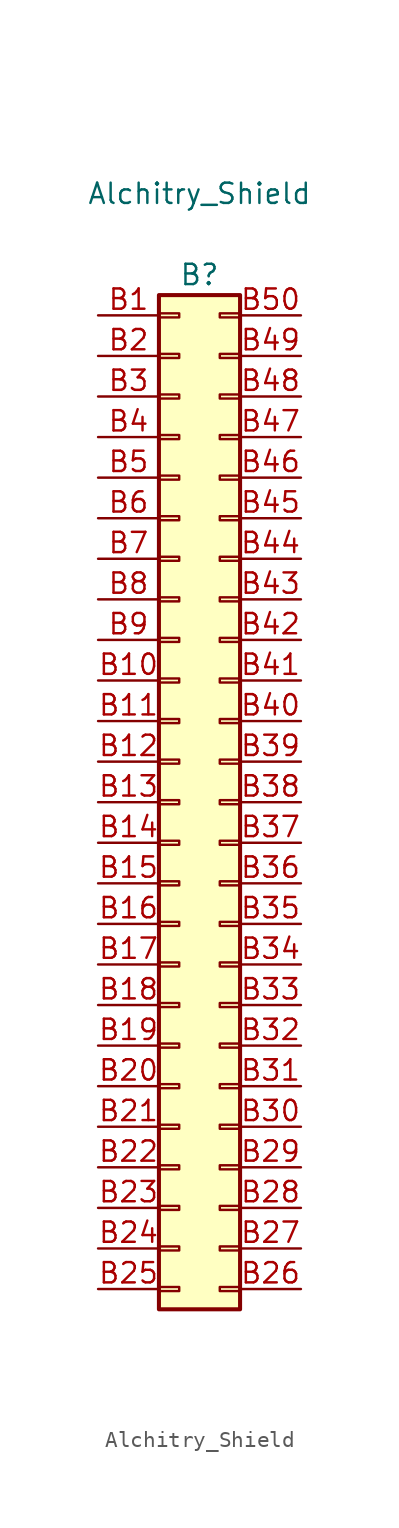
<source format=kicad_sym>
(kicad_symbol_lib
  (version 20211014)
  (generator kicad_symbol_editor)
  (symbol "Alchitry_Shield"
    (pin_names
      (offset 1.016) hide)
    (property "Reference" "B"
      (at 0 26.67 0)
      (effects (font (size 1.27 1.27))))
    (property "Value" "Alchitry_Shield"
      (at 0 31.75 0)
      (effects (font (size 1.27 1.27))))
    (symbol "Alchitry_Shield_0_1"
      (rectangle (start -2.54 -36.703) (end -1.27 -36.957) (stroke (width 0.152) (type default) (color 0 0 0 0)) (fill (type none)))
      (rectangle (start -2.54 -34.163) (end -1.27 -34.417) (stroke (width 0.152) (type default) (color 0 0 0 0)) (fill (type none)))
      (rectangle (start -2.54 -31.623) (end -1.27 -31.877) (stroke (width 0.152) (type default) (color 0 0 0 0)) (fill (type none)))
      (rectangle (start -2.54 -29.083) (end -1.27 -29.337) (stroke (width 0.152) (type default) (color 0 0 0 0)) (fill (type none)))
      (rectangle (start -2.54 -26.543) (end -1.27 -26.797) (stroke (width 0.152) (type default) (color 0 0 0 0)) (fill (type none)))
      (rectangle (start -2.54 -24.003) (end -1.27 -24.257) (stroke (width 0.152) (type default) (color 0 0 0 0)) (fill (type none)))
      (rectangle (start -2.54 -21.463) (end -1.27 -21.717) (stroke (width 0.152) (type default) (color 0 0 0 0)) (fill (type none)))
      (rectangle (start -2.54 -18.923) (end -1.27 -19.177) (stroke (width 0.152) (type default) (color 0 0 0 0)) (fill (type none)))
      (rectangle (start -2.54 -16.383) (end -1.27 -16.637) (stroke (width 0.152) (type default) (color 0 0 0 0)) (fill (type none)))
      (rectangle (start -2.54 -13.843) (end -1.27 -14.097) (stroke (width 0.152) (type default) (color 0 0 0 0)) (fill (type none)))
      (rectangle (start -2.54 -11.303) (end -1.27 -11.557) (stroke (width 0.152) (type default) (color 0 0 0 0)) (fill (type none)))
      (rectangle (start -2.54 -8.763) (end -1.27 -9.017) (stroke (width 0.152) (type default) (color 0 0 0 0)) (fill (type none)))
      (rectangle (start -2.54 -6.223) (end -1.27 -6.477) (stroke (width 0.152) (type default) (color 0 0 0 0)) (fill (type none)))
      (rectangle (start -2.54 -3.683) (end -1.27 -3.937) (stroke (width 0.152) (type default) (color 0 0 0 0)) (fill (type none)))
      (rectangle (start -2.54 -1.143) (end -1.27 -1.397) (stroke (width 0.152) (type default) (color 0 0 0 0)) (fill (type none)))
      (rectangle (start -2.54 1.397) (end -1.27 1.143) (stroke (width 0.152) (type default) (color 0 0 0 0)) (fill (type none)))
      (rectangle (start -2.54 3.937) (end -1.27 3.683) (stroke (width 0.152) (type default) (color 0 0 0 0)) (fill (type none)))
      (rectangle (start -2.54 6.477) (end -1.27 6.223) (stroke (width 0.152) (type default) (color 0 0 0 0)) (fill (type none)))
      (rectangle (start -2.54 9.017) (end -1.27 8.763) (stroke (width 0.152) (type default) (color 0 0 0 0)) (fill (type none)))
      (rectangle (start -2.54 11.557) (end -1.27 11.303) (stroke (width 0.152) (type default) (color 0 0 0 0)) (fill (type none)))
      (rectangle (start -2.54 14.097) (end -1.27 13.843) (stroke (width 0.152) (type default) (color 0 0 0 0)) (fill (type none)))
      (rectangle (start -2.54 16.637) (end -1.27 16.383) (stroke (width 0.152) (type default) (color 0 0 0 0)) (fill (type none)))
      (rectangle (start -2.54 19.177) (end -1.27 18.923) (stroke (width 0.152) (type default) (color 0 0 0 0)) (fill (type none)))
      (rectangle (start -2.54 21.717) (end -1.27 21.463) (stroke (width 0.152) (type default) (color 0 0 0 0)) (fill (type none)))
      (rectangle (start -2.54 24.257) (end -1.27 24.003) (stroke (width 0.152) (type default) (color 0 0 0 0)) (fill (type none)))
      (rectangle (start -2.54 25.4) (end 2.54 -38.1) (stroke (width 0.254) (type default) (color 0 0 0 0)) (fill (type background)))
      (rectangle (start 2.54 -36.703) (end 1.27 -36.957) (stroke (width 0.152) (type default) (color 0 0 0 0)) (fill (type none)))
      (rectangle (start 2.54 -34.163) (end 1.27 -34.417) (stroke (width 0.152) (type default) (color 0 0 0 0)) (fill (type none)))
      (rectangle (start 2.54 -31.623) (end 1.27 -31.877) (stroke (width 0.152) (type default) (color 0 0 0 0)) (fill (type none)))
      (rectangle (start 2.54 -29.083) (end 1.27 -29.337) (stroke (width 0.152) (type default) (color 0 0 0 0)) (fill (type none)))
      (rectangle (start 2.54 -26.543) (end 1.27 -26.797) (stroke (width 0.152) (type default) (color 0 0 0 0)) (fill (type none)))
      (rectangle (start 2.54 -24.003) (end 1.27 -24.257) (stroke (width 0.152) (type default) (color 0 0 0 0)) (fill (type none)))
      (rectangle (start 2.54 -21.463) (end 1.27 -21.717) (stroke (width 0.152) (type default) (color 0 0 0 0)) (fill (type none)))
      (rectangle (start 2.54 -18.923) (end 1.27 -19.177) (stroke (width 0.152) (type default) (color 0 0 0 0)) (fill (type none)))
      (rectangle (start 2.54 -16.383) (end 1.27 -16.637) (stroke (width 0.152) (type default) (color 0 0 0 0)) (fill (type none)))
      (rectangle (start 2.54 -13.843) (end 1.27 -14.097) (stroke (width 0.152) (type default) (color 0 0 0 0)) (fill (type none)))
      (rectangle (start 2.54 -11.303) (end 1.27 -11.557) (stroke (width 0.152) (type default) (color 0 0 0 0)) (fill (type none)))
      (rectangle (start 2.54 -8.763) (end 1.27 -9.017) (stroke (width 0.152) (type default) (color 0 0 0 0)) (fill (type none)))
      (rectangle (start 2.54 -6.223) (end 1.27 -6.477) (stroke (width 0.152) (type default) (color 0 0 0 0)) (fill (type none)))
      (rectangle (start 2.54 -3.683) (end 1.27 -3.937) (stroke (width 0.152) (type default) (color 0 0 0 0)) (fill (type none)))
      (rectangle (start 2.54 -1.143) (end 1.27 -1.397) (stroke (width 0.152) (type default) (color 0 0 0 0)) (fill (type none)))
      (rectangle (start 2.54 1.397) (end 1.27 1.143) (stroke (width 0.152) (type default) (color 0 0 0 0)) (fill (type none)))
      (rectangle (start 2.54 3.937) (end 1.27 3.683) (stroke (width 0.152) (type default) (color 0 0 0 0)) (fill (type none)))
      (rectangle (start 2.54 6.477) (end 1.27 6.223) (stroke (width 0.152) (type default) (color 0 0 0 0)) (fill (type none)))
      (rectangle (start 2.54 9.017) (end 1.27 8.763) (stroke (width 0.152) (type default) (color 0 0 0 0)) (fill (type none)))
      (rectangle (start 2.54 11.557) (end 1.27 11.303) (stroke (width 0.152) (type default) (color 0 0 0 0)) (fill (type none)))
      (rectangle (start 2.54 14.097) (end 1.27 13.843) (stroke (width 0.152) (type default) (color 0 0 0 0)) (fill (type none)))
      (rectangle (start 2.54 16.637) (end 1.27 16.383) (stroke (width 0.152) (type default) (color 0 0 0 0)) (fill (type none)))
      (rectangle (start 2.54 19.177) (end 1.27 18.923) (stroke (width 0.152) (type default) (color 0 0 0 0)) (fill (type none)))
      (rectangle (start 2.54 21.717) (end 1.27 21.463) (stroke (width 0.152) (type default) (color 0 0 0 0)) (fill (type none)))
      (rectangle (start 2.54 24.257) (end 1.27 24.003) (stroke (width 0.152) (type default) (color 0 0 0 0)) (fill (type none))))
    (symbol "Alchitry_Shield_1_1"
      (pin passive line (at -6.35 24.13 0) (length 3.81) (name "Pin_1" (effects (font (size 1.27 1.27)))) (number "B1" (effects (font (size 1.27 1.27)))))
      (pin passive line (at -6.35 1.27 0) (length 3.81) (name "Pin_10" (effects (font (size 1.27 1.27)))) (number "B10" (effects (font (size 1.27 1.27)))))
      (pin passive line (at -6.35 -1.27 0) (length 3.81) (name "Pin_11" (effects (font (size 1.27 1.27)))) (number "B11" (effects (font (size 1.27 1.27)))))
      (pin passive line (at -6.35 -3.81 0) (length 3.81) (name "Pin_12" (effects (font (size 1.27 1.27)))) (number "B12" (effects (font (size 1.27 1.27)))))
      (pin passive line (at -6.35 -6.35 0) (length 3.81) (name "Pin_13" (effects (font (size 1.27 1.27)))) (number "B13" (effects (font (size 1.27 1.27)))))
      (pin passive line (at -6.35 -8.89 0) (length 3.81) (name "Pin_14" (effects (font (size 1.27 1.27)))) (number "B14" (effects (font (size 1.27 1.27)))))
      (pin passive line (at -6.35 -11.43 0) (length 3.81) (name "Pin_15" (effects (font (size 1.27 1.27)))) (number "B15" (effects (font (size 1.27 1.27)))))
      (pin passive line (at -6.35 -13.97 0) (length 3.81) (name "Pin_16" (effects (font (size 1.27 1.27)))) (number "B16" (effects (font (size 1.27 1.27)))))
      (pin passive line (at -6.35 -16.51 0) (length 3.81) (name "Pin_17" (effects (font (size 1.27 1.27)))) (number "B17" (effects (font (size 1.27 1.27)))))
      (pin passive line (at -6.35 -19.05 0) (length 3.81) (name "Pin_18" (effects (font (size 1.27 1.27)))) (number "B18" (effects (font (size 1.27 1.27)))))
      (pin passive line (at -6.35 -21.59 0) (length 3.81) (name "Pin_19" (effects (font (size 1.27 1.27)))) (number "B19" (effects (font (size 1.27 1.27)))))
      (pin passive line (at -6.35 21.59 0) (length 3.81) (name "Pin_2" (effects (font (size 1.27 1.27)))) (number "B2" (effects (font (size 1.27 1.27)))))
      (pin passive line (at -6.35 -24.13 0) (length 3.81) (name "Pin_20" (effects (font (size 1.27 1.27)))) (number "B20" (effects (font (size 1.27 1.27)))))
      (pin passive line (at -6.35 -26.67 0) (length 3.81) (name "Pin_21" (effects (font (size 1.27 1.27)))) (number "B21" (effects (font (size 1.27 1.27)))))
      (pin passive line (at -6.35 -29.21 0) (length 3.81) (name "Pin_22" (effects (font (size 1.27 1.27)))) (number "B22" (effects (font (size 1.27 1.27)))))
      (pin passive line (at -6.35 -31.75 0) (length 3.81) (name "Pin_23" (effects (font (size 1.27 1.27)))) (number "B23" (effects (font (size 1.27 1.27)))))
      (pin passive line (at -6.35 -34.29 0) (length 3.81) (name "Pin_24" (effects (font (size 1.27 1.27)))) (number "B24" (effects (font (size 1.27 1.27)))))
      (pin passive line (at -6.35 -36.83 0) (length 3.81) (name "Pin_25" (effects (font (size 1.27 1.27)))) (number "B25" (effects (font (size 1.27 1.27)))))
      (pin passive line (at 6.35 -36.83 180) (length 3.81) (name "Pin_26" (effects (font (size 1.27 1.27)))) (number "B26" (effects (font (size 1.27 1.27)))))
      (pin passive line (at 6.35 -34.29 180) (length 3.81) (name "Pin_27" (effects (font (size 1.27 1.27)))) (number "B27" (effects (font (size 1.27 1.27)))))
      (pin passive line (at 6.35 -31.75 180) (length 3.81) (name "Pin_28" (effects (font (size 1.27 1.27)))) (number "B28" (effects (font (size 1.27 1.27)))))
      (pin passive line (at 6.35 -29.21 180) (length 3.81) (name "Pin_29" (effects (font (size 1.27 1.27)))) (number "B29" (effects (font (size 1.27 1.27)))))
      (pin passive line (at -6.35 19.05 0) (length 3.81) (name "Pin_3" (effects (font (size 1.27 1.27)))) (number "B3" (effects (font (size 1.27 1.27)))))
      (pin passive line (at 6.35 -26.67 180) (length 3.81) (name "Pin_30" (effects (font (size 1.27 1.27)))) (number "B30" (effects (font (size 1.27 1.27)))))
      (pin passive line (at 6.35 -24.13 180) (length 3.81) (name "Pin_31" (effects (font (size 1.27 1.27)))) (number "B31" (effects (font (size 1.27 1.27)))))
      (pin passive line (at 6.35 -21.59 180) (length 3.81) (name "Pin_32" (effects (font (size 1.27 1.27)))) (number "B32" (effects (font (size 1.27 1.27)))))
      (pin passive line (at 6.35 -19.05 180) (length 3.81) (name "Pin_33" (effects (font (size 1.27 1.27)))) (number "B33" (effects (font (size 1.27 1.27)))))
      (pin passive line (at 6.35 -16.51 180) (length 3.81) (name "Pin_34" (effects (font (size 1.27 1.27)))) (number "B34" (effects (font (size 1.27 1.27)))))
      (pin passive line (at 6.35 -13.97 180) (length 3.81) (name "Pin_35" (effects (font (size 1.27 1.27)))) (number "B35" (effects (font (size 1.27 1.27)))))
      (pin passive line (at 6.35 -11.43 180) (length 3.81) (name "Pin_36" (effects (font (size 1.27 1.27)))) (number "B36" (effects (font (size 1.27 1.27)))))
      (pin passive line (at 6.35 -8.89 180) (length 3.81) (name "Pin_37" (effects (font (size 1.27 1.27)))) (number "B37" (effects (font (size 1.27 1.27)))))
      (pin passive line (at 6.35 -6.35 180) (length 3.81) (name "Pin_38" (effects (font (size 1.27 1.27)))) (number "B38" (effects (font (size 1.27 1.27)))))
      (pin passive line (at 6.35 -3.81 180) (length 3.81) (name "Pin_39" (effects (font (size 1.27 1.27)))) (number "B39" (effects (font (size 1.27 1.27)))))
      (pin passive line (at -6.35 16.51 0) (length 3.81) (name "Pin_4" (effects (font (size 1.27 1.27)))) (number "B4" (effects (font (size 1.27 1.27)))))
      (pin passive line (at 6.35 -1.27 180) (length 3.81) (name "Pin_40" (effects (font (size 1.27 1.27)))) (number "B40" (effects (font (size 1.27 1.27)))))
      (pin passive line (at 6.35 1.27 180) (length 3.81) (name "Pin_41" (effects (font (size 1.27 1.27)))) (number "B41" (effects (font (size 1.27 1.27)))))
      (pin passive line (at 6.35 3.81 180) (length 3.81) (name "Pin_42" (effects (font (size 1.27 1.27)))) (number "B42" (effects (font (size 1.27 1.27)))))
      (pin passive line (at 6.35 6.35 180) (length 3.81) (name "Pin_43" (effects (font (size 1.27 1.27)))) (number "B43" (effects (font (size 1.27 1.27)))))
      (pin passive line (at 6.35 8.89 180) (length 3.81) (name "Pin_44" (effects (font (size 1.27 1.27)))) (number "B44" (effects (font (size 1.27 1.27)))))
      (pin passive line (at 6.35 11.43 180) (length 3.81) (name "Pin_45" (effects (font (size 1.27 1.27)))) (number "B45" (effects (font (size 1.27 1.27)))))
      (pin passive line (at 6.35 13.97 180) (length 3.81) (name "Pin_46" (effects (font (size 1.27 1.27)))) (number "B46" (effects (font (size 1.27 1.27)))))
      (pin passive line (at 6.35 16.51 180) (length 3.81) (name "Pin_47" (effects (font (size 1.27 1.27)))) (number "B47" (effects (font (size 1.27 1.27)))))
      (pin passive line (at 6.35 19.05 180) (length 3.81) (name "Pin_48" (effects (font (size 1.27 1.27)))) (number "B48" (effects (font (size 1.27 1.27)))))
      (pin passive line (at 6.35 21.59 180) (length 3.81) (name "Pin_49" (effects (font (size 1.27 1.27)))) (number "B49" (effects (font (size 1.27 1.27)))))
      (pin passive line (at -6.35 13.97 0) (length 3.81) (name "Pin_5" (effects (font (size 1.27 1.27)))) (number "B5" (effects (font (size 1.27 1.27)))))
      (pin passive line (at 6.35 24.13 180) (length 3.81) (name "Pin_50" (effects (font (size 1.27 1.27)))) (number "B50" (effects (font (size 1.27 1.27)))))
      (pin passive line (at -6.35 11.43 0) (length 3.81) (name "Pin_6" (effects (font (size 1.27 1.27)))) (number "B6" (effects (font (size 1.27 1.27)))))
      (pin passive line (at -6.35 8.89 0) (length 3.81) (name "Pin_7" (effects (font (size 1.27 1.27)))) (number "B7" (effects (font (size 1.27 1.27)))))
      (pin passive line (at -6.35 6.35 0) (length 3.81) (name "Pin_8" (effects (font (size 1.27 1.27)))) (number "B8" (effects (font (size 1.27 1.27)))))
      (pin passive line (at -6.35 3.81 0) (length 3.81) (name "Pin_9" (effects (font (size 1.27 1.27)))) (number "B9" (effects (font (size 1.27 1.27))))))))
</source>
